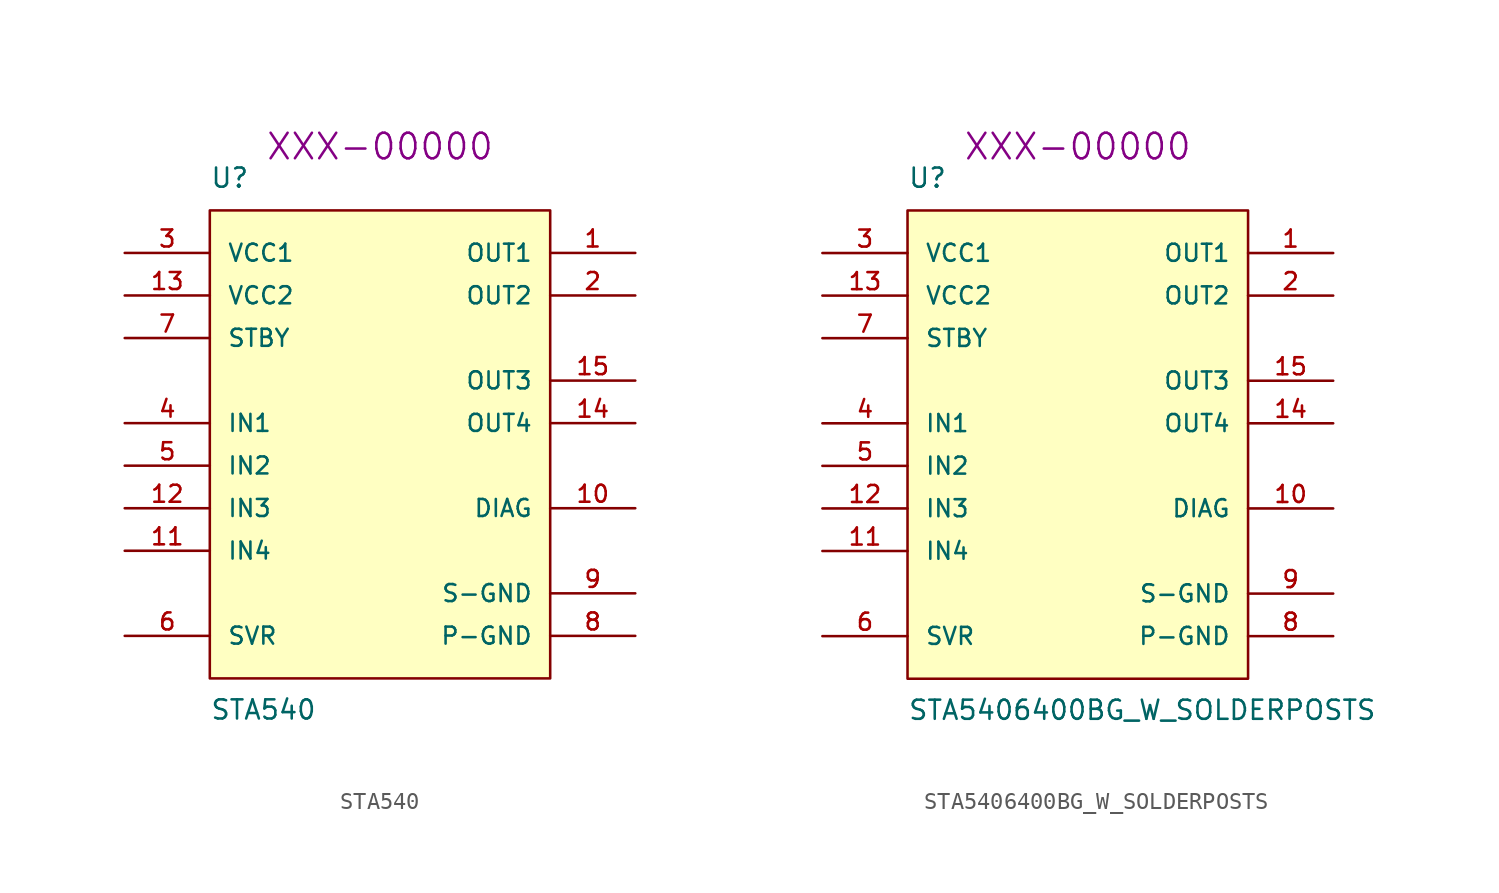
<source format=kicad_sym>
(kicad_symbol_lib
  (version 20220914)
  (generator kicad_symbol_editor)
  (symbol "STA540"
    (pin_names
      (offset 1.016))
    (property "Reference" "U"
      (at -10.16 16.51 0)
      (effects (font (size 1.143 1.143)) (justify left bottom)))
    (property "Value" "STA540"
      (at -10.16 -15.24 0)
      (effects (font (size 1.143 1.143)) (justify left bottom)))
    (property "Field4" "XXX-00000"
      (at 0 19.05 0)
      (effects (font (size 1.524 1.524))))
    (property "ki_locked" ""
      (at 0 0 0)
      (effects (font (size 1.27 1.27))))
    (symbol "STA540_1_1"
      (polyline (pts (xy -10.16 -12.7) (xy 10.16 -12.7) (xy 10.16 15.24) (xy -10.16 15.24) (xy -10.16 -12.7)) (stroke (width 0) (type solid)) (fill (type background)))
      (pin bidirectional line (at 15.24 12.7 180) (length 5.08) (name "OUT1" (effects (font (size 1.016 1.016)))) (number "1" (effects (font (size 1.016 1.016)))))
      (pin bidirectional line (at 15.24 -2.54 180) (length 5.08) (name "DIAG" (effects (font (size 1.016 1.016)))) (number "10" (effects (font (size 1.016 1.016)))))
      (pin bidirectional line (at -15.24 -5.08 0) (length 5.08) (name "IN4" (effects (font (size 1.016 1.016)))) (number "11" (effects (font (size 1.016 1.016)))))
      (pin bidirectional line (at -15.24 -2.54 0) (length 5.08) (name "IN3" (effects (font (size 1.016 1.016)))) (number "12" (effects (font (size 1.016 1.016)))))
      (pin bidirectional line (at -15.24 10.16 0) (length 5.08) (name "VCC2" (effects (font (size 1.016 1.016)))) (number "13" (effects (font (size 1.016 1.016)))))
      (pin bidirectional line (at 15.24 2.54 180) (length 5.08) (name "OUT4" (effects (font (size 1.016 1.016)))) (number "14" (effects (font (size 1.016 1.016)))))
      (pin bidirectional line (at 15.24 5.08 180) (length 5.08) (name "OUT3" (effects (font (size 1.016 1.016)))) (number "15" (effects (font (size 1.016 1.016)))))
      (pin bidirectional line (at 15.24 10.16 180) (length 5.08) (name "OUT2" (effects (font (size 1.016 1.016)))) (number "2" (effects (font (size 1.016 1.016)))))
      (pin bidirectional line (at -15.24 12.7 0) (length 5.08) (name "VCC1" (effects (font (size 1.016 1.016)))) (number "3" (effects (font (size 1.016 1.016)))))
      (pin bidirectional line (at -15.24 2.54 0) (length 5.08) (name "IN1" (effects (font (size 1.016 1.016)))) (number "4" (effects (font (size 1.016 1.016)))))
      (pin bidirectional line (at -15.24 0 0) (length 5.08) (name "IN2" (effects (font (size 1.016 1.016)))) (number "5" (effects (font (size 1.016 1.016)))))
      (pin bidirectional line (at -15.24 -10.16 0) (length 5.08) (name "SVR" (effects (font (size 1.016 1.016)))) (number "6" (effects (font (size 1.016 1.016)))))
      (pin bidirectional line (at -15.24 7.62 0) (length 5.08) (name "STBY" (effects (font (size 1.016 1.016)))) (number "7" (effects (font (size 1.016 1.016)))))
      (pin bidirectional line (at 15.24 -10.16 180) (length 5.08) (name "P-GND" (effects (font (size 1.016 1.016)))) (number "8" (effects (font (size 1.016 1.016)))))
      (pin bidirectional line (at 15.24 -7.62 180) (length 5.08) (name "S-GND" (effects (font (size 1.016 1.016)))) (number "9" (effects (font (size 1.016 1.016)))))))
  (symbol "STA5406400BG_W_SOLDERPOSTS"
    (pin_names
      (offset 1.016))
    (property "Reference" "U"
      (at -10.16 16.51 0)
      (effects (font (size 1.143 1.143)) (justify left bottom)))
    (property "Value" "STA5406400BG_W_SOLDERPOSTS"
      (at -10.16 -15.24 0)
      (effects (font (size 1.143 1.143)) (justify left bottom)))
    (property "Field4" "XXX-00000"
      (at 0 19.05 0)
      (effects (font (size 1.524 1.524))))
    (property "ki_locked" ""
      (at 0 0 0)
      (effects (font (size 1.27 1.27))))
    (symbol "STA5406400BG_W_SOLDERPOSTS_1_1"
      (polyline (pts (xy -10.16 -12.7) (xy 10.16 -12.7) (xy 10.16 15.24) (xy -10.16 15.24) (xy -10.16 -12.7)) (stroke (width 0) (type solid)) (fill (type background)))
      (pin bidirectional line (at 15.24 12.7 180) (length 5.08) (name "OUT1" (effects (font (size 1.016 1.016)))) (number "1" (effects (font (size 1.016 1.016)))))
      (pin bidirectional line (at 15.24 -2.54 180) (length 5.08) (name "DIAG" (effects (font (size 1.016 1.016)))) (number "10" (effects (font (size 1.016 1.016)))))
      (pin bidirectional line (at -15.24 -5.08 0) (length 5.08) (name "IN4" (effects (font (size 1.016 1.016)))) (number "11" (effects (font (size 1.016 1.016)))))
      (pin bidirectional line (at -15.24 -2.54 0) (length 5.08) (name "IN3" (effects (font (size 1.016 1.016)))) (number "12" (effects (font (size 1.016 1.016)))))
      (pin bidirectional line (at -15.24 10.16 0) (length 5.08) (name "VCC2" (effects (font (size 1.016 1.016)))) (number "13" (effects (font (size 1.016 1.016)))))
      (pin bidirectional line (at 15.24 2.54 180) (length 5.08) (name "OUT4" (effects (font (size 1.016 1.016)))) (number "14" (effects (font (size 1.016 1.016)))))
      (pin bidirectional line (at 15.24 5.08 180) (length 5.08) (name "OUT3" (effects (font (size 1.016 1.016)))) (number "15" (effects (font (size 1.016 1.016)))))
      (pin bidirectional line (at 15.24 10.16 180) (length 5.08) (name "OUT2" (effects (font (size 1.016 1.016)))) (number "2" (effects (font (size 1.016 1.016)))))
      (pin bidirectional line (at -15.24 12.7 0) (length 5.08) (name "VCC1" (effects (font (size 1.016 1.016)))) (number "3" (effects (font (size 1.016 1.016)))))
      (pin bidirectional line (at -15.24 2.54 0) (length 5.08) (name "IN1" (effects (font (size 1.016 1.016)))) (number "4" (effects (font (size 1.016 1.016)))))
      (pin bidirectional line (at -15.24 0 0) (length 5.08) (name "IN2" (effects (font (size 1.016 1.016)))) (number "5" (effects (font (size 1.016 1.016)))))
      (pin bidirectional line (at -15.24 -10.16 0) (length 5.08) (name "SVR" (effects (font (size 1.016 1.016)))) (number "6" (effects (font (size 1.016 1.016)))))
      (pin bidirectional line (at -15.24 7.62 0) (length 5.08) (name "STBY" (effects (font (size 1.016 1.016)))) (number "7" (effects (font (size 1.016 1.016)))))
      (pin bidirectional line (at 15.24 -10.16 180) (length 5.08) (name "P-GND" (effects (font (size 1.016 1.016)))) (number "8" (effects (font (size 1.016 1.016)))))
      (pin bidirectional line (at 15.24 -7.62 180) (length 5.08) (name "S-GND" (effects (font (size 1.016 1.016)))) (number "9" (effects (font (size 1.016 1.016))))))))
</source>
